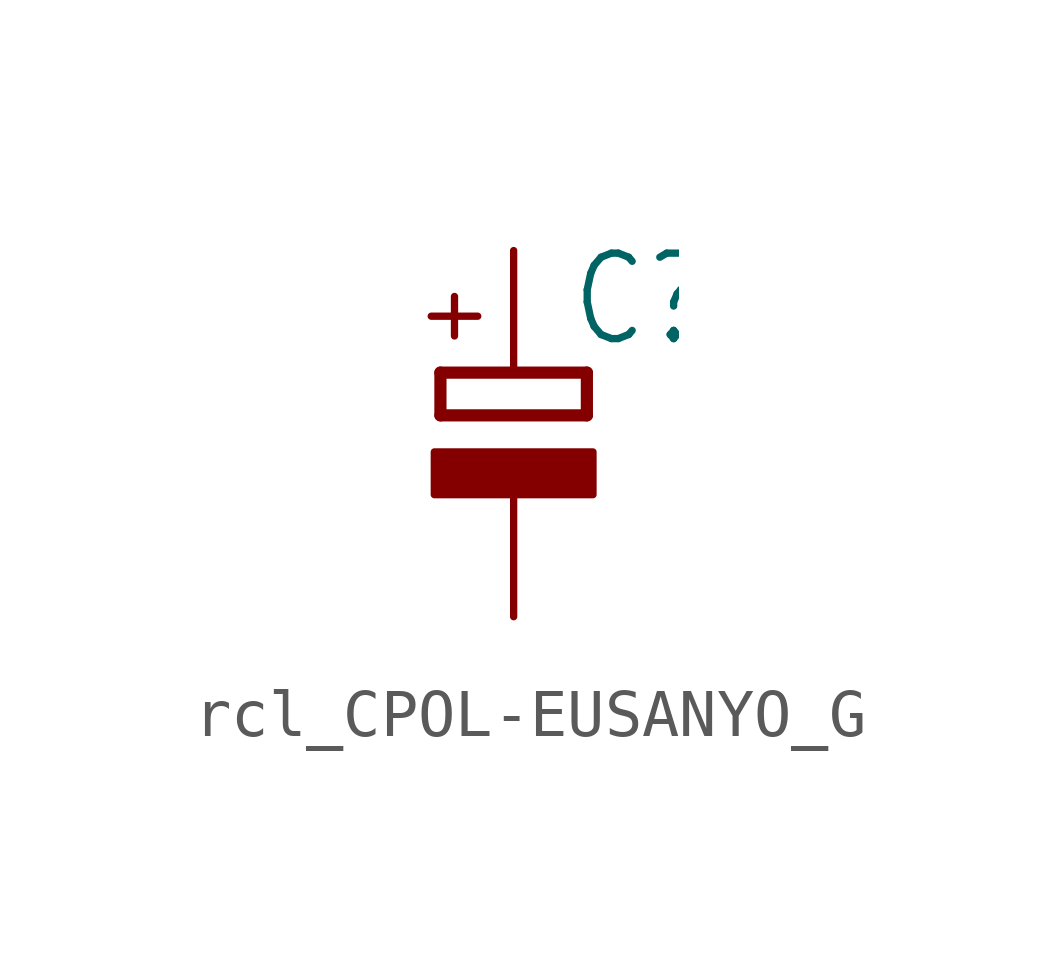
<source format=kicad_sym>
(kicad_symbol_lib
  (version 20241209)
  (generator "kicad_symbol_editor")
  (generator_version "9.0")
  (symbol "rcl_CPOL-EUSANYO_G"
    (property "Reference" "C"
      (at 1.143 0.483 0)
      (effects (font (size 1.778 1.511)) (justify left bottom)))
    (property "Value" ""
      (at 1.143 -4.597 0)
      (effects (font (size 1.778 1.511)) (justify left bottom)))
    (property "ki_locked" ""
      (at 0 0 0)
      (effects (font (size 1.27 1.27))))
    (symbol "rcl_CPOL-EUSANYO_G_1_0"
      (rectangle (start -1.651 -2.54) (end 1.651 -1.651) (stroke (width 0) (type default)) (fill (type outline)))
      (polyline (pts (xy -1.524 0) (xy -1.524 -0.889)) (stroke (width 0.254) (type solid)) (fill (type none)))
      (polyline (pts (xy -1.524 0) (xy 1.524 0)) (stroke (width 0.254) (type solid)) (fill (type none)))
      (polyline (pts (xy -1.524 -0.889) (xy 1.524 -0.889)) (stroke (width 0.254) (type solid)) (fill (type none)))
      (polyline (pts (xy 1.524 -0.889) (xy 1.524 0)) (stroke (width 0.254) (type solid)) (fill (type none)))
      (text "+" (at -0.584 0.406 900) (effects (font (size 1.27 1.079)) (justify left bottom)))
      (pin passive line (at 0 2.54 270) (length 2.54) (name "+" (effects (font (size 0 0)))) (number "+" (effects (font (size 0 0)))))
      (pin passive line (at 0 -5.08 90) (length 2.54) (name "-" (effects (font (size 0 0)))) (number "-" (effects (font (size 0 0))))))))
</source>
